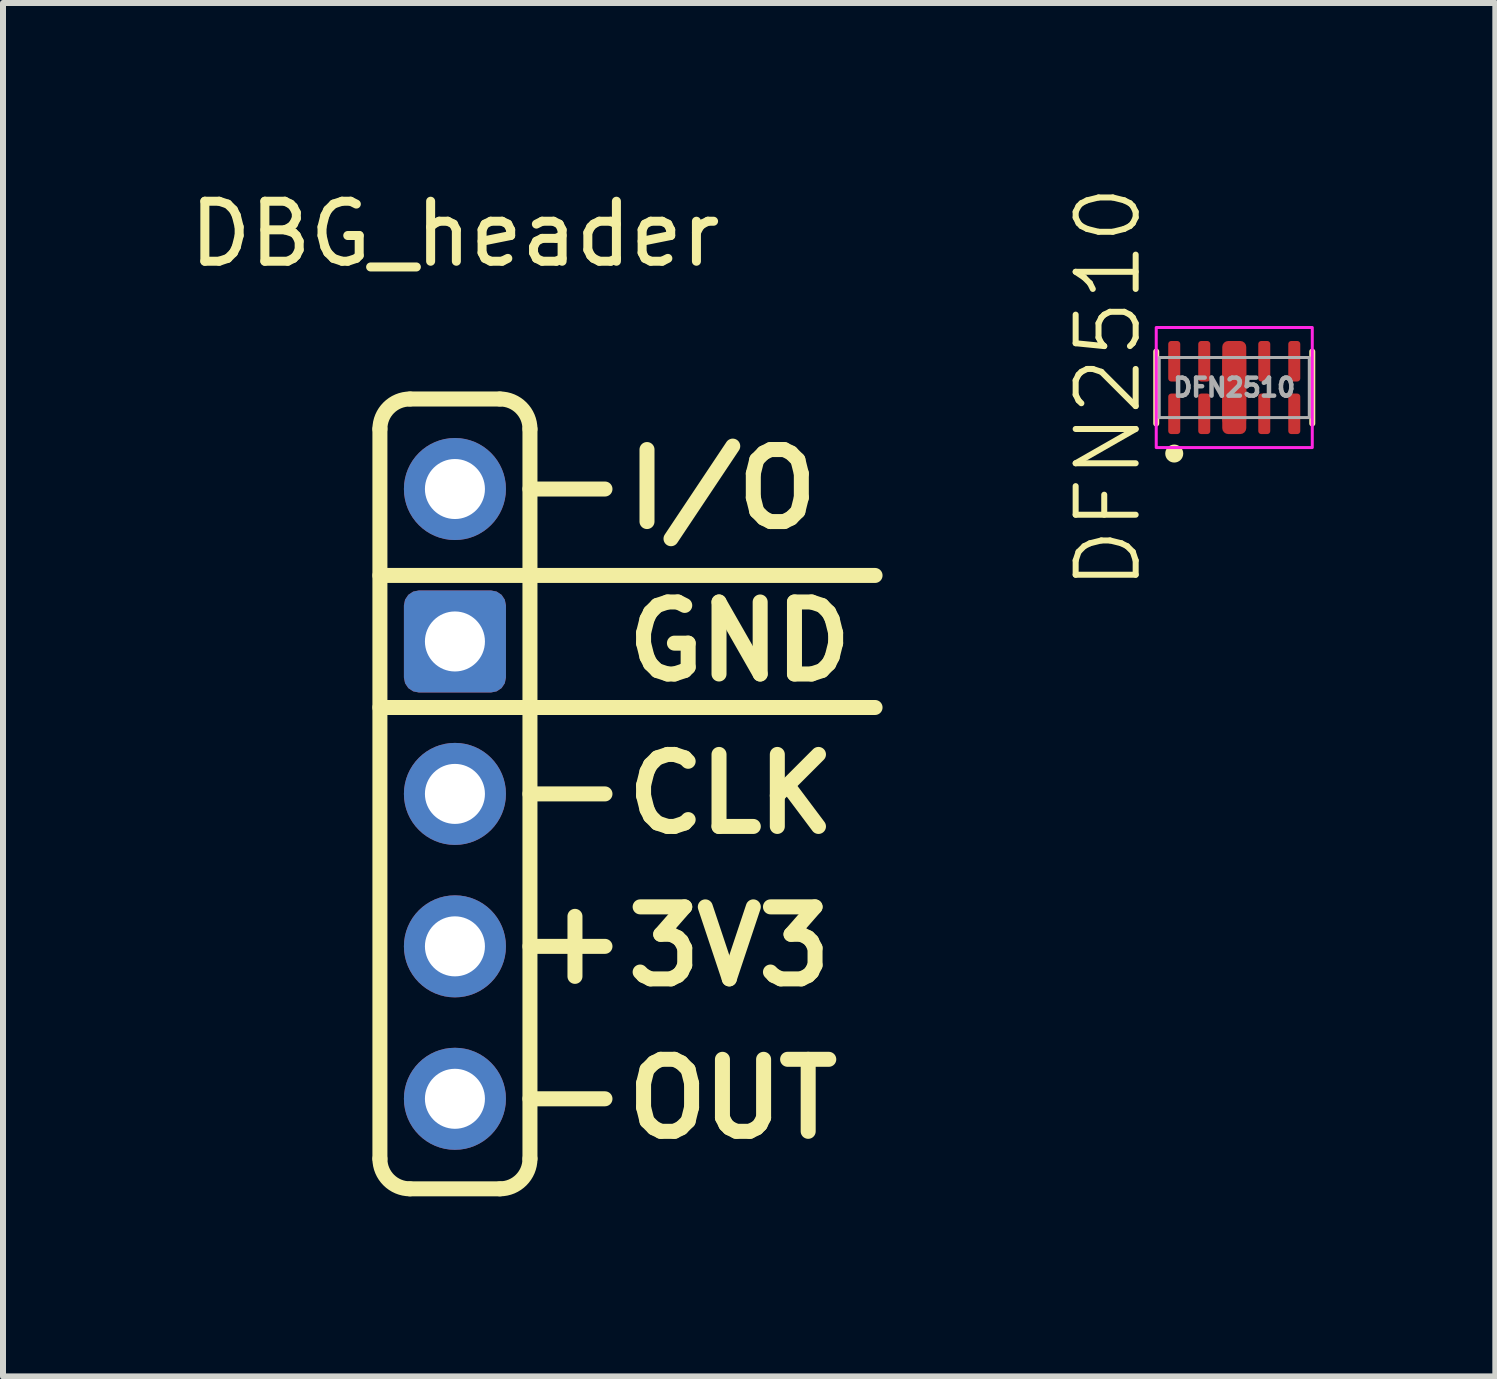
<source format=kicad_pcb>
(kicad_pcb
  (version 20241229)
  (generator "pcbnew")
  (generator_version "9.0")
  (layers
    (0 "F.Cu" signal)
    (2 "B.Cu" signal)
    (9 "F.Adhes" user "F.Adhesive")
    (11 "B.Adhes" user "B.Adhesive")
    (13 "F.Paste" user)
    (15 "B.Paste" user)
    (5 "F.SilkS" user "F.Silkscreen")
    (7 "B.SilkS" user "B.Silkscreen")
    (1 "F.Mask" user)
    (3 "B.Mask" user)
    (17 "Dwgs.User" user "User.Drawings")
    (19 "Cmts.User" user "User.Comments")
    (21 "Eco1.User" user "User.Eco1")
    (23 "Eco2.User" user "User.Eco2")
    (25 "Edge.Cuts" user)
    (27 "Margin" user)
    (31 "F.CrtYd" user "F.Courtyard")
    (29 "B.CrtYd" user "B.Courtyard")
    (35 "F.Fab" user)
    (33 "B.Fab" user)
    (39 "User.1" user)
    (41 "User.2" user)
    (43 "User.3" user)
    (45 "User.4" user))
  (footprint "DBG_header"
    (layer "F.Cu")
    (at 4.53 5.098)
    (property "Reference" "DBG_header" (at 0 -4.25 0) (layer "F.SilkS") (effects (font (size 1 1) (thickness 0.15))))
    (attr through_hole)
    (fp_line (start -1.25 -1) (end -1.25 11.16) (stroke (width 0.25) (type default)) (layer "F.SilkS"))
    (fp_line (start -1.25 1.44) (end 7 1.44) (stroke (width 0.25) (type default)) (layer "F.SilkS"))
    (fp_line (start -1.25 3.64) (end 7 3.64) (stroke (width 0.25) (type default)) (layer "F.SilkS"))
    (fp_line (start -0.75 -1.5) (end 0.75 -1.5) (stroke (width 0.25) (type default)) (layer "F.SilkS"))
    (fp_line (start -0.75 11.66) (end 0.75 11.66) (stroke (width 0.25) (type default)) (layer "F.SilkS"))
    (fp_line (start 1.25 -1) (end 1.25 11.16) (stroke (width 0.25) (type default)) (layer "F.SilkS"))
    (fp_line (start 1.25 0) (end 2.5 0) (stroke (width 0.25) (type default)) (layer "F.SilkS"))
    (fp_line (start 1.25 5.08) (end 2.5 5.08) (stroke (width 0.25) (type default)) (layer "F.SilkS"))
    (fp_line (start 1.25 7.62) (end 2.5 7.62) (stroke (width 0.25) (type default)) (layer "F.SilkS"))
    (fp_line (start 1.25 10.16) (end 2.5 10.16) (stroke (width 0.25) (type default)) (layer "F.SilkS"))
    (fp_line (start 2 8.12) (end 2 7.12) (stroke (width 0.25) (type default)) (layer "F.SilkS"))
    (fp_arc (start -1.25 -1) (mid -1.103553 -1.353553) (end -0.75 -1.5) (stroke (width 0.25) (type default)) (layer "F.SilkS"))
    (fp_arc (start -0.75 11.66) (mid -1.103553 11.513553) (end -1.25 11.16) (stroke (width 0.25) (type default)) (layer "F.SilkS"))
    (fp_arc (start 0.75 -1.5) (mid 1.103553 -1.353553) (end 1.25 -1) (stroke (width 0.25) (type default)) (layer "F.SilkS"))
    (fp_arc (start 1.25 11.16) (mid 1.103553 11.513553) (end 0.75 11.66) (stroke (width 0.25) (type default)) (layer "F.SilkS"))
    (fp_text user "CLK" (at 2.75 5.08 0) (unlocked yes) (layer "F.SilkS") (effects (font (size 1.2 1.2) (thickness 0.25) (bold yes)) (justify left)))
    (fp_text user "GND" (at 2.75 2.54 0) (unlocked yes) (layer "F.SilkS") (effects (font (size 1.2 1.2) (thickness 0.25) (bold yes)) (justify left)))
    (fp_text user "OUT" (at 2.75 10.16 0) (unlocked yes) (layer "F.SilkS") (effects (font (size 1.2 1.2) (thickness 0.25) (bold yes)) (justify left)))
    (fp_text user "3V3" (at 2.75 7.62 0) (unlocked yes) (layer "F.SilkS") (effects (font (size 1.2 1.2) (thickness 0.25) (bold yes)) (justify left)))
    (fp_text user "I/O" (at 2.75 0 0) (unlocked yes) (layer "F.SilkS") (effects (font (size 1.2 1.2) (thickness 0.25) (bold yes)) (justify left)))
    (pad "1" thru_hole oval (at 0 0) (size 1.7 1.7) (drill 1) (layers "*.Cu" "*.Mask"))
    (pad "2" thru_hole roundrect (at 0 2.54) (size 1.7 1.7) (drill 1) (layers "*.Cu" "*.Mask") (roundrect_rratio 0.147))
    (pad "3" thru_hole oval (at 0 5.08) (size 1.7 1.7) (drill 1) (layers "*.Cu" "*.Mask"))
    (pad "4" thru_hole oval (at 0 7.62) (size 1.7 1.7) (drill 1) (layers "*.Cu" "*.Mask"))
    (pad "5" thru_hole oval (at 0 10.16) (size 1.7 1.7) (drill 1) (layers "*.Cu" "*.Mask")))
  (footprint "DFN2510"
    (layer "F.Cu")
    (at 17.515 3.407)
    (property "Reference" "DFN2510" (at -2.1 0 90) (unlocked yes) (layer "F.SilkS") (effects (font (size 1 1) (thickness 0.1))))
    (attr smd)
    (fp_line (start -1.3 0.6) (end -1.3 -0.6) (stroke (width 0.1) (type default)) (layer "F.SilkS"))
    (fp_line (start 1.3 0.6) (end 1.3 -0.6) (stroke (width 0.1) (type default)) (layer "F.SilkS"))
    (fp_circle (center -1 1.1) (end -0.85 1.1) (stroke (width 0) (type solid)) (fill yes) (layer "F.SilkS"))
    (fp_rect (start -1.3 -1) (end 1.3 1) (stroke (width 0.05) (type default)) (fill no) (layer "F.CrtYd"))
    (fp_rect (start -1.25 -0.5) (end 1.25 0.5) (stroke (width 0.05) (type default)) (fill no) (layer "F.Fab"))
    (fp_text user "${REFERENCE}" (at 0 0 0) (unlocked yes) (layer "F.Fab") (effects (font (size 0.3 0.3) (thickness 0.075) (bold yes))))
    (pad "1" smd roundrect (at -1 0.438) (size 0.2 0.675) (layers "F.Cu" "F.Mask" "F.Paste") (roundrect_rratio 0.25))
    (pad "2" smd roundrect (at -0.5 0.438) (size 0.2 0.675) (layers "F.Cu" "F.Mask" "F.Paste") (roundrect_rratio 0.25))
    (pad "3" smd roundrect (at 0 0.25) (size 0.4 0.775) (layers "F.Cu" "F.Mask" "F.Paste") (roundrect_rratio 0.25))
    (pad "3" smd roundrect (at 0 0.388) (size 0.4 0.775) (layers "F.Cu" "F.Mask" "F.Paste") (roundrect_rratio 0.25))
    (pad "4" smd roundrect (at 0.5 0.438) (size 0.2 0.675) (layers "F.Cu" "F.Mask" "F.Paste") (roundrect_rratio 0.25))
    (pad "5" smd roundrect (at 1 0.438) (size 0.2 0.675) (layers "F.Cu" "F.Mask" "F.Paste") (roundrect_rratio 0.25))
    (pad "6" smd roundrect (at 1 -0.438) (size 0.2 0.675) (layers "F.Cu" "F.Mask" "F.Paste") (roundrect_rratio 0.25))
    (pad "7" smd roundrect (at 0.5 -0.438) (size 0.2 0.675) (layers "F.Cu" "F.Mask" "F.Paste") (roundrect_rratio 0.25))
    (pad "8" smd roundrect (at 0 -0.388) (size 0.4 0.775) (layers "F.Cu" "F.Mask" "F.Paste") (roundrect_rratio 0.25))
    (pad "8" smd roundrect (at 0 -0.2) (size 0.4 0.775) (layers "F.Cu" "F.Mask" "F.Paste") (roundrect_rratio 0.25))
    (pad "9" smd roundrect (at -0.5 -0.438) (size 0.2 0.675) (layers "F.Cu" "F.Mask" "F.Paste") (roundrect_rratio 0.25))
    (pad "10" smd roundrect (at -1 -0.438) (size 0.2 0.675) (layers "F.Cu" "F.Mask" "F.Paste") (roundrect_rratio 0.25)))
  (gr_rect
    (start -3 -3)
    (end 21.865 19.883)
    (stroke (width 0.1) (type default))
    (fill no)
    (layer "Edge.Cuts")))
</source>
